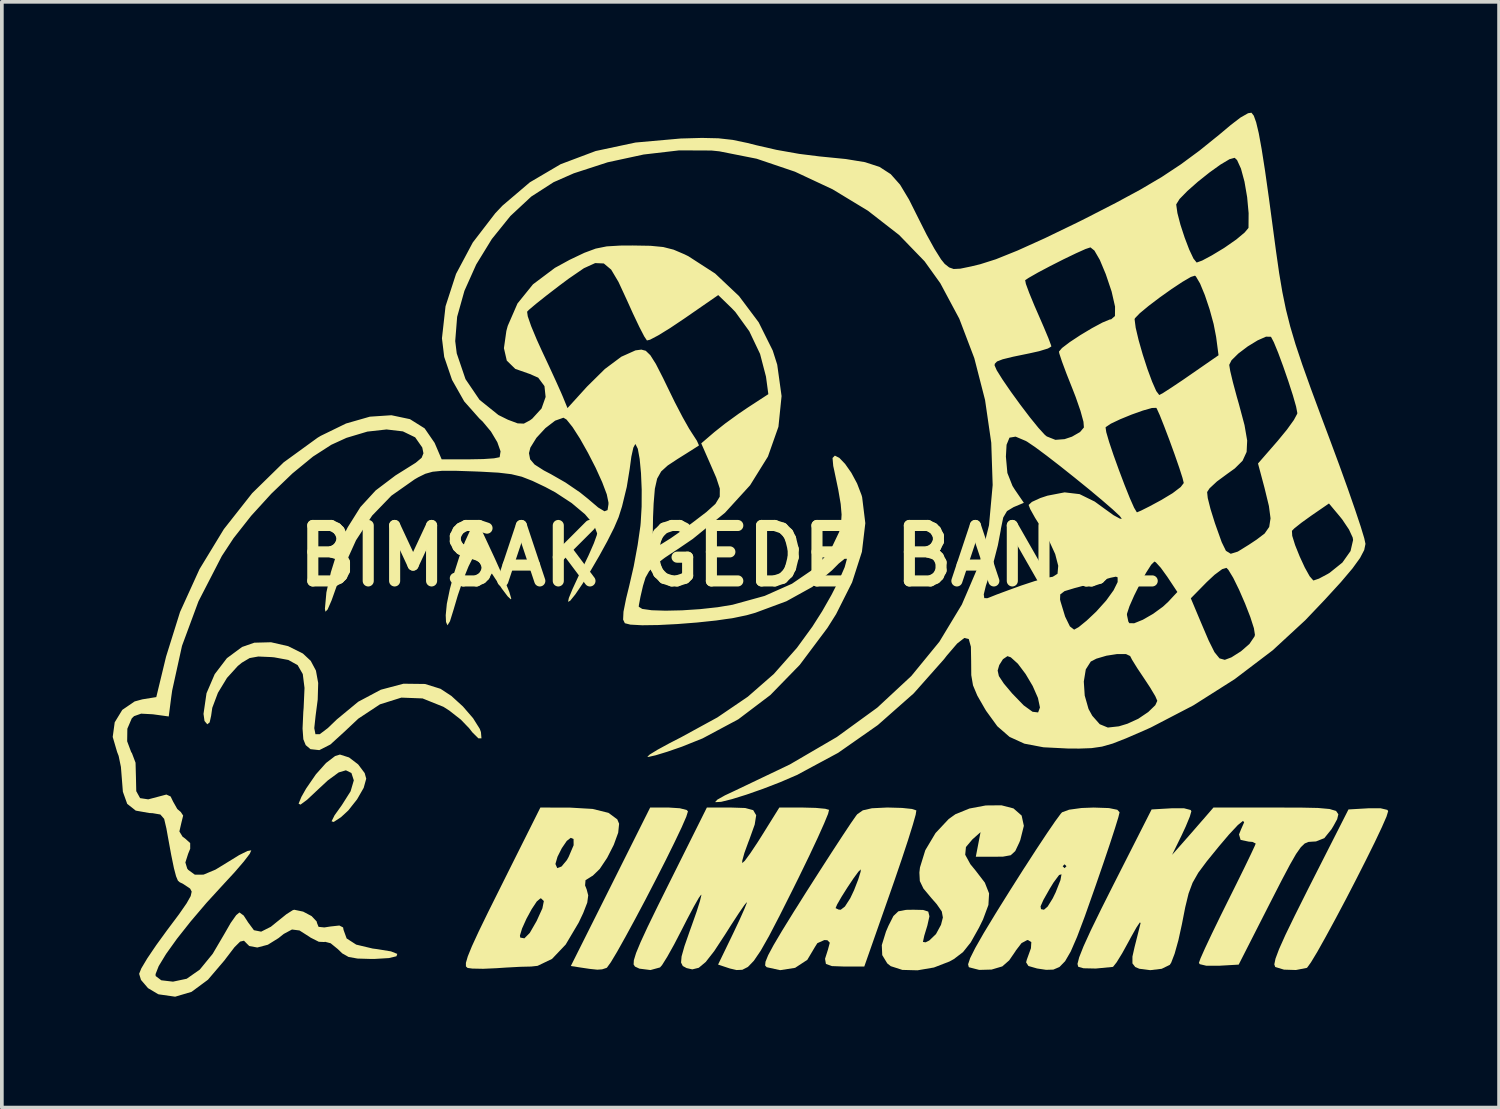
<source format=kicad_pcb>
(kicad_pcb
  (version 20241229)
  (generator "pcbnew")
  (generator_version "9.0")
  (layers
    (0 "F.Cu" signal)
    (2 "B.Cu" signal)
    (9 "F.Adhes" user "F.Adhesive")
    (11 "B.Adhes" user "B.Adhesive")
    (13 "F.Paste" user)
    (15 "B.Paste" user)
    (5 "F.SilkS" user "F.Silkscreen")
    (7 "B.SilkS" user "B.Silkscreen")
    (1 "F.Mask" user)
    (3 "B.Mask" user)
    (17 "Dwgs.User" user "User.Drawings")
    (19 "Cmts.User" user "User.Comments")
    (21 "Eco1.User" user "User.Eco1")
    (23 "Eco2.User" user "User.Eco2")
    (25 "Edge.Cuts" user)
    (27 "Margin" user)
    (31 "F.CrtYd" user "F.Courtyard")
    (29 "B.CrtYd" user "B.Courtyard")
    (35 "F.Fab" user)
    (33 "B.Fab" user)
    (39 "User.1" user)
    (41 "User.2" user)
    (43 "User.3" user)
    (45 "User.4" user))
  (footprint "BIMSAK GEDE BANGET"
    (layer "F.Cu")
    (at 17.307 11.991)
    (property "Reference" "BIMSAK GEDE BANGET" (at 0 0 0) (layer "F.SilkS") (effects (font (size 1.5 1.5) (thickness 0.3))))
    (attr board_only exclude_from_pos_files exclude_from_bom)
    (fp_poly (pts (xy -1.961 6.83) (xy -1.776 6.877) (xy -1.741 6.914) (xy -1.787 7.06) (xy -1.913 7.349) (xy -2.104 7.75) (xy -2.341 8.231) (xy -2.61 8.759) (xy -2.892 9.304) (xy -3.172 9.831) (xy -3.433 10.311) (xy -3.657 10.711) (xy -3.829 10.998) (xy -3.932 11.141) (xy -3.945 11.15) (xy -4.065 11.189) (xy -4.194 11.198) (xy -4.403 11.176) (xy -4.632 11.142) (xy -4.911 11.099) (xy -3.837 8.955) (xy -2.764 6.811) (xy -2.253 6.811)) (stroke (width 0) (type solid)) (fill yes) (layer "F.SilkS"))
    (fp_poly (pts (xy 17.003 6.831) (xy 17.184 6.874) (xy 17.206 6.909) (xy 17.161 7.056) (xy 17.034 7.346) (xy 16.844 7.748) (xy 16.606 8.229) (xy 16.338 8.758) (xy 16.056 9.303) (xy 15.776 9.831) (xy 15.515 10.311) (xy 15.291 10.711) (xy 15.118 10.998) (xy 15.015 11.141) (xy 15.002 11.15) (xy 14.71 11.207) (xy 14.387 11.197) (xy 14.15 11.125) (xy 14.125 11.055) (xy 14.157 10.9) (xy 14.254 10.641) (xy 14.425 10.259) (xy 14.678 9.737) (xy 15.019 9.055) (xy 15.072 8.95) (xy 16.132 6.862) (xy 16.669 6.831)) (stroke (width 0) (type solid)) (fill yes) (layer "F.SilkS"))
    (fp_poly (pts (xy -10.912 5.455) (xy -10.665 5.644) (xy -10.489 5.878) (xy -10.447 6.03) (xy -10.516 6.278) (xy -10.694 6.588) (xy -10.933 6.89) (xy -11.129 7.071) (xy -11.328 7.201) (xy -11.385 7.183) (xy -11.303 7.019) (xy -11.107 6.745) (xy -10.87 6.371) (xy -10.783 6.075) (xy -10.848 5.876) (xy -10.997 5.803) (xy -11.191 5.86) (xy -11.487 6.077) (xy -11.739 6.311) (xy -12.047 6.6) (xy -12.226 6.732) (xy -12.277 6.706) (xy -12.202 6.523) (xy -12.075 6.299) (xy -11.809 5.912) (xy -11.535 5.605) (xy -11.289 5.417) (xy -11.158 5.377)) (stroke (width 0) (type solid)) (fill yes) (layer "F.SilkS"))
    (fp_poly (pts (xy -7.386 -0.789) (xy -7.298 -0.64) (xy -6.964 0.077) (xy -6.723 0.615) (xy -6.576 0.975) (xy -6.523 1.156) (xy -6.532 1.178) (xy -6.619 1.097) (xy -6.778 0.886) (xy -6.976 0.587) (xy -6.991 0.563) (xy -7.193 0.26) (xy -7.363 0.04) (xy -7.466 -0.051) (xy -7.47 -0.051) (xy -7.556 0.04) (xy -7.679 0.286) (xy -7.823 0.642) (xy -7.968 1.065) (xy -8.085 1.461) (xy -8.181 1.77) (xy -8.249 1.88) (xy -8.288 1.79) (xy -8.296 1.606) (xy -8.266 1.297) (xy -8.184 0.9) (xy -8.066 0.458) (xy -7.926 0.018) (xy -7.779 -0.377) (xy -7.64 -0.681) (xy -7.523 -0.85) (xy -7.481 -0.871)) (stroke (width 0) (type solid)) (fill yes) (layer "F.SilkS"))
    (fp_poly (pts (xy 4.053 6.821) (xy 4.32 6.849) (xy 4.439 6.888) (xy 4.439 6.888) (xy 4.421 7.003) (xy 4.342 7.282) (xy 4.213 7.695) (xy 4.042 8.213) (xy 3.839 8.807) (xy 3.758 9.039) (xy 3.03 11.113) (xy 2.488 11.113) (xy 2.154 11.101) (xy 1.992 11.042) (xy 1.968 10.904) (xy 2.046 10.658) (xy 2.097 10.468) (xy 2.032 10.401) (xy 1.95 10.396) (xy 1.76 10.481) (xy 1.696 10.582) (xy 1.488 10.932) (xy 1.158 11.148) (xy 0.753 11.211) (xy 0.389 11.131) (xy 0.347 11.084) (xy 0.357 10.983) (xy 0.429 10.806) (xy 0.575 10.534) (xy 0.804 10.147) (xy 1.127 9.624) (xy 1.186 9.532) (xy 2.253 9.532) (xy 2.336 9.572) (xy 2.393 9.576) (xy 2.506 9.489) (xy 2.651 9.264) (xy 2.753 9.048) (xy 2.867 8.754) (xy 2.931 8.547) (xy 2.936 8.484) (xy 2.872 8.545) (xy 2.739 8.726) (xy 2.575 8.971) (xy 2.415 9.225) (xy 2.296 9.432) (xy 2.253 9.532) (xy 1.186 9.532) (xy 1.448 9.115) (xy 1.814 8.542) (xy 2.151 8.019) (xy 2.441 7.575) (xy 2.666 7.236) (xy 2.809 7.031) (xy 2.842 6.99) (xy 2.991 6.886) (xy 3.237 6.83) (xy 3.63 6.811) (xy 3.697 6.811)) (stroke (width 0) (type solid)) (fill yes) (layer "F.SilkS"))
    (fp_poly (pts (xy 7.066 6.834) (xy 7.067 6.834) (xy 7.288 7.028) (xy 7.348 7.306) (xy 7.251 7.693) (xy 7.223 7.761) (xy 7.115 7.989) (xy 6.993 8.101) (xy 6.786 8.139) (xy 6.556 8.142) (xy 6.048 8.142) (xy 6.112 7.809) (xy 6.176 7.477) (xy 5.956 7.672) (xy 5.781 7.879) (xy 5.761 8.088) (xy 5.901 8.344) (xy 6.041 8.515) (xy 6.292 8.842) (xy 6.407 9.134) (xy 6.389 9.447) (xy 6.243 9.84) (xy 6.133 10.064) (xy 5.91 10.461) (xy 5.701 10.723) (xy 5.454 10.911) (xy 5.335 10.977) (xy 4.915 11.139) (xy 4.47 11.215) (xy 4.06 11.204) (xy 3.746 11.103) (xy 3.652 11.028) (xy 3.516 10.804) (xy 3.504 10.533) (xy 3.617 10.167) (xy 3.684 10.011) (xy 3.818 9.746) (xy 3.951 9.619) (xy 4.163 9.579) (xy 4.36 9.576) (xy 4.622 9.582) (xy 4.761 9.626) (xy 4.793 9.753) (xy 4.737 10.003) (xy 4.653 10.279) (xy 4.617 10.447) (xy 4.689 10.458) (xy 4.788 10.409) (xy 4.97 10.235) (xy 5.106 9.984) (xy 5.157 9.786) (xy 5.127 9.623) (xy 4.991 9.426) (xy 4.848 9.263) (xy 4.631 9.003) (xy 4.533 8.8) (xy 4.521 8.571) (xy 4.537 8.431) (xy 4.681 7.965) (xy 4.958 7.501) (xy 5.315 7.12) (xy 5.497 6.991) (xy 5.876 6.837) (xy 6.318 6.754) (xy 6.742 6.75)) (stroke (width 0) (type solid)) (fill yes) (layer "F.SilkS"))
    (fp_poly (pts (xy -12.56 2.444) (xy -12.161 2.643) (xy -11.949 2.841) (xy -11.808 3.105) (xy -11.747 3.44) (xy -11.76 3.89) (xy -11.817 4.327) (xy -11.853 4.662) (xy -11.821 4.827) (xy -11.705 4.826) (xy -11.488 4.662) (xy -11.241 4.425) (xy -10.664 3.948) (xy -10.053 3.623) (xy -9.44 3.46) (xy -8.855 3.467) (xy -8.436 3.598) (xy -8.144 3.79) (xy -7.831 4.075) (xy -7.556 4.393) (xy -7.374 4.683) (xy -7.343 4.769) (xy -7.329 4.937) (xy -7.412 4.938) (xy -7.576 4.775) (xy -7.662 4.665) (xy -7.886 4.432) (xy -8.2 4.186) (xy -8.358 4.085) (xy -8.923 3.858) (xy -9.496 3.836) (xy -10.075 4.018) (xy -10.661 4.405) (xy -11.048 4.769) (xy -11.417 5.105) (xy -11.716 5.257) (xy -11.956 5.231) (xy -12.085 5.121) (xy -12.149 4.963) (xy -12.17 4.674) (xy -12.15 4.223) (xy -12.141 4.118) (xy -12.117 3.575) (xy -12.164 3.199) (xy -12.303 2.957) (xy -12.554 2.817) (xy -12.938 2.746) (xy -13.021 2.739) (xy -13.368 2.724) (xy -13.602 2.766) (xy -13.811 2.89) (xy -13.923 2.981) (xy -14.215 3.303) (xy -14.46 3.706) (xy -14.613 4.112) (xy -14.644 4.327) (xy -14.684 4.507) (xy -14.748 4.558) (xy -14.823 4.469) (xy -14.85 4.276) (xy -14.769 3.718) (xy -14.547 3.201) (xy -14.217 2.769) (xy -13.808 2.466) (xy -13.475 2.35) (xy -13.023 2.338)) (stroke (width 0) (type solid)) (fill yes) (layer "F.SilkS"))
    (fp_poly (pts (xy -4.941 6.812) (xy -4.322 6.848) (xy -3.893 6.954) (xy -3.654 7.13) (xy -3.604 7.249) (xy -3.629 7.491) (xy -3.749 7.821) (xy -3.928 8.172) (xy -4.129 8.473) (xy -4.317 8.655) (xy -4.339 8.667) (xy -4.513 8.776) (xy -4.525 8.919) (xy -4.483 9.023) (xy -4.44 9.186) (xy -4.466 9.383) (xy -4.576 9.667) (xy -4.699 9.926) (xy -5.05 10.518) (xy -5.42 10.907) (xy -5.81 11.094) (xy -5.984 11.113) (xy -6.278 11.12) (xy -6.669 11.141) (xy -6.924 11.158) (xy -7.282 11.174) (xy -7.576 11.168) (xy -7.704 11.151) (xy -7.749 11.11) (xy -7.75 11.013) (xy -7.699 10.838) (xy -7.588 10.565) (xy -7.454 10.274) (xy -6.288 10.274) (xy -6.28 10.329) (xy -6.167 10.35) (xy -6.021 10.202) (xy -5.836 9.881) (xy -5.68 9.538) (xy -5.641 9.341) (xy -5.715 9.27) (xy -5.734 9.269) (xy -5.832 9.352) (xy -5.969 9.558) (xy -6.113 9.823) (xy -6.23 10.083) (xy -6.288 10.274) (xy -7.454 10.274) (xy -7.407 10.172) (xy -7.148 9.639) (xy -6.807 8.955) (xy -6.501 8.342) (xy -5.326 8.342) (xy -5.278 8.45) (xy -5.162 8.406) (xy -5.018 8.233) (xy -4.97 8.147) (xy -4.835 7.83) (xy -4.837 7.662) (xy -4.913 7.63) (xy -5.02 7.713) (xy -5.154 7.909) (xy -5.271 8.142) (xy -5.326 8.332) (xy -5.326 8.342) (xy -6.501 8.342) (xy -5.735 6.811)) (stroke (width 0) (type solid)) (fill yes) (layer "F.SilkS"))
    (fp_poly (pts (xy 9.65 6.825) (xy 9.877 6.871) (xy 9.938 6.939) (xy 9.906 7.071) (xy 9.816 7.364) (xy 9.678 7.789) (xy 9.501 8.314) (xy 9.296 8.908) (xy 9.246 9.051) (xy 8.993 9.767) (xy 8.788 10.311) (xy 8.617 10.705) (xy 8.464 10.969) (xy 8.312 11.125) (xy 8.146 11.196) (xy 7.95 11.202) (xy 7.709 11.166) (xy 7.7 11.164) (xy 7.471 11.098) (xy 7.409 10.999) (xy 7.428 10.927) (xy 7.54 10.617) (xy 7.55 10.451) (xy 7.459 10.396) (xy 7.44 10.396) (xy 7.285 10.479) (xy 7.13 10.681) (xy 7.12 10.7) (xy 6.951 10.946) (xy 6.765 11.109) (xy 6.475 11.195) (xy 6.14 11.204) (xy 5.872 11.135) (xy 5.857 11.126) (xy 5.839 11.052) (xy 5.895 10.885) (xy 6.033 10.61) (xy 6.261 10.21) (xy 6.588 9.671) (xy 6.704 9.484) (xy 7.8 9.484) (xy 7.812 9.56) (xy 7.892 9.576) (xy 7.992 9.49) (xy 8.128 9.271) (xy 8.208 9.107) (xy 8.338 8.776) (xy 8.367 8.617) (xy 8.302 8.636) (xy 8.152 8.838) (xy 8.052 9.001) (xy 7.877 9.31) (xy 7.8 9.484) (xy 6.704 9.484) (xy 6.973 9.054) (xy 7.339 8.477) (xy 7.391 8.398) (xy 8.398 8.398) (xy 8.45 8.45) (xy 8.501 8.398) (xy 8.45 8.347) (xy 8.398 8.398) (xy 7.391 8.398) (xy 7.677 7.955) (xy 7.969 7.514) (xy 8.197 7.181) (xy 8.344 6.981) (xy 8.382 6.939) (xy 8.573 6.869) (xy 8.908 6.823) (xy 9.237 6.811)) (stroke (width 0) (type solid)) (fill yes) (layer "F.SilkS"))
    (fp_poly (pts (xy -0.193 6.823) (xy 0.024 6.881) (xy 0.105 7.019) (xy 0.065 7.271) (xy -0.078 7.671) (xy -0.106 7.742) (xy -0.214 8.039) (xy -0.272 8.249) (xy -0.273 8.313) (xy -0.204 8.252) (xy -0.056 8.051) (xy 0.145 7.749) (xy 0.25 7.583) (xy 0.731 6.811) (xy 1.373 6.811) (xy 1.717 6.82) (xy 1.974 6.844) (xy 2.077 6.873) (xy 2.051 6.979) (xy 1.944 7.24) (xy 1.769 7.631) (xy 1.537 8.125) (xy 1.26 8.695) (xy 1.095 9.028) (xy 0.738 9.739) (xy 0.454 10.285) (xy 0.227 10.685) (xy 0.041 10.958) (xy -0.119 11.124) (xy -0.27 11.201) (xy -0.427 11.208) (xy -0.606 11.166) (xy -0.664 11.147) (xy -0.926 11.06) (xy -0.518 10.216) (xy -0.344 9.847) (xy -0.216 9.56) (xy -0.151 9.396) (xy -0.149 9.371) (xy -0.216 9.452) (xy -0.366 9.671) (xy -0.574 9.99) (xy -0.734 10.243) (xy -1.031 10.696) (xy -1.261 10.99) (xy -1.449 11.147) (xy -1.624 11.19) (xy -1.778 11.155) (xy -1.881 11.099) (xy -1.928 11.005) (xy -1.914 10.839) (xy -1.836 10.562) (xy -1.689 10.141) (xy -1.64 10.005) (xy -1.508 9.631) (xy -1.417 9.343) (xy -1.379 9.184) (xy -1.383 9.167) (xy -1.446 9.252) (xy -1.578 9.483) (xy -1.758 9.822) (xy -1.907 10.114) (xy -2.116 10.517) (xy -2.302 10.85) (xy -2.441 11.072) (xy -2.497 11.137) (xy -2.755 11.208) (xy -3.055 11.17) (xy -3.175 11.114) (xy -3.212 11.057) (xy -3.205 10.942) (xy -3.145 10.747) (xy -3.023 10.453) (xy -2.831 10.037) (xy -2.559 9.478) (xy -2.279 8.914) (xy -1.23 6.811) (xy -0.564 6.811)) (stroke (width 0) (type solid)) (fill yes) (layer "F.SilkS"))
    (fp_poly (pts (xy 14.833 6.812) (xy 15.306 6.822) (xy 15.62 6.85) (xy 15.797 6.904) (xy 15.858 6.993) (xy 15.826 7.126) (xy 15.724 7.312) (xy 15.671 7.4) (xy 15.478 7.639) (xy 15.253 7.728) (xy 15.162 7.733) (xy 15.049 7.741) (xy 14.948 7.783) (xy 14.843 7.884) (xy 14.714 8.067) (xy 14.547 8.359) (xy 14.323 8.782) (xy 14.025 9.364) (xy 14.008 9.397) (xy 13.161 11.061) (xy 12.623 11.092) (xy 12.288 11.092) (xy 12.108 11.049) (xy 12.085 11.014) (xy 12.129 10.89) (xy 12.251 10.616) (xy 12.435 10.226) (xy 12.666 9.75) (xy 12.854 9.371) (xy 13.108 8.86) (xy 13.327 8.415) (xy 13.495 8.066) (xy 13.597 7.847) (xy 13.622 7.785) (xy 13.536 7.741) (xy 13.434 7.733) (xy 13.213 7.686) (xy 13.17 7.539) (xy 13.224 7.403) (xy 13.309 7.21) (xy 13.278 7.172) (xy 13.138 7.285) (xy 12.898 7.542) (xy 12.629 7.859) (xy 12.297 8.267) (xy 12.067 8.576) (xy 11.913 8.847) (xy 11.805 9.138) (xy 11.715 9.508) (xy 11.625 9.967) (xy 11.53 10.4) (xy 11.428 10.765) (xy 11.335 11.008) (xy 11.296 11.068) (xy 11.078 11.174) (xy 10.768 11.211) (xy 10.472 11.173) (xy 10.362 11.126) (xy 10.286 11.028) (xy 10.286 10.844) (xy 10.343 10.589) (xy 10.425 10.265) (xy 10.492 9.996) (xy 10.507 9.935) (xy 10.487 9.919) (xy 10.394 10.057) (xy 10.245 10.322) (xy 10.192 10.421) (xy 10.01 10.752) (xy 9.857 11) (xy 9.763 11.119) (xy 9.754 11.123) (xy 9.295 11.167) (xy 8.962 11.16) (xy 8.819 11.119) (xy 8.799 11.042) (xy 8.845 10.863) (xy 8.963 10.565) (xy 9.16 10.133) (xy 9.444 9.551) (xy 9.746 8.95) (xy 10.805 6.862) (xy 11.343 6.831) (xy 11.684 6.831) (xy 11.861 6.877) (xy 11.881 6.911) (xy 11.838 7.058) (xy 11.729 7.322) (xy 11.62 7.557) (xy 11.359 8.091) (xy 11.63 7.784) (xy 11.886 7.493) (xy 12.156 7.182) (xy 12.19 7.144) (xy 12.478 6.811) (xy 14.176 6.811)) (stroke (width 0) (type solid)) (fill yes) (layer "F.SilkS"))
    (fp_poly (pts (xy 13.57 -11.91) (xy 13.634 -11.731) (xy 13.704 -11.438) (xy 13.782 -11.01) (xy 13.873 -10.43) (xy 13.979 -9.68) (xy 14.076 -8.957) (xy 14.171 -8.247) (xy 14.256 -7.652) (xy 14.343 -7.138) (xy 14.439 -6.669) (xy 14.555 -6.209) (xy 14.699 -5.723) (xy 14.882 -5.175) (xy 15.112 -4.531) (xy 15.4 -3.753) (xy 15.624 -3.156) (xy 15.882 -2.46) (xy 16.114 -1.816) (xy 16.31 -1.252) (xy 16.462 -0.796) (xy 16.559 -0.477) (xy 16.592 -0.324) (xy 16.558 -0.158) (xy 16.445 0.058) (xy 16.24 0.341) (xy 15.927 0.711) (xy 15.493 1.185) (xy 14.964 1.741) (xy 14.081 2.556) (xy 13.051 3.338) (xy 11.933 4.047) (xy 10.785 4.644) (xy 10.6 4.727) (xy 10.113 4.938) (xy 9.753 5.079) (xy 9.462 5.162) (xy 9.18 5.203) (xy 8.849 5.215) (xy 8.551 5.214) (xy 7.878 5.18) (xy 7.362 5.082) (xy 6.961 4.899) (xy 6.63 4.611) (xy 6.329 4.197) (xy 6.296 4.143) (xy 6.088 3.781) (xy 5.972 3.504) (xy 5.925 3.228) (xy 5.924 3.104) (xy 6.639 3.104) (xy 6.672 3.253) (xy 6.805 3.454) (xy 7.032 3.724) (xy 7.344 4.046) (xy 7.583 4.219) (xy 7.734 4.237) (xy 7.784 4.103) (xy 7.729 3.844) (xy 7.588 3.523) (xy 7.516 3.401) (xy 8.97 3.401) (xy 8.995 3.781) (xy 9.098 4.143) (xy 9.199 4.327) (xy 9.402 4.556) (xy 9.621 4.646) (xy 9.919 4.613) (xy 10.15 4.543) (xy 10.443 4.409) (xy 10.714 4.226) (xy 10.905 4.041) (xy 10.959 3.923) (xy 10.905 3.798) (xy 10.764 3.562) (xy 10.61 3.328) (xy 10.416 3.038) (xy 10.275 2.81) (xy 10.224 2.711) (xy 10.11 2.657) (xy 9.873 2.657) (xy 9.583 2.702) (xy 9.311 2.782) (xy 9.159 2.86) (xy 9.024 3.072) (xy 8.97 3.401) (xy 7.516 3.401) (xy 7.395 3.197) (xy 7.186 2.919) (xy 6.995 2.746) (xy 6.904 2.714) (xy 6.782 2.797) (xy 6.682 2.956) (xy 6.639 3.104) (xy 5.924 3.104) (xy 5.922 2.87) (xy 5.922 2.851) (xy 5.915 2.46) (xy 5.857 2.251) (xy 5.737 2.222) (xy 5.542 2.374) (xy 5.26 2.703) (xy 5.189 2.795) (xy 4.368 3.721) (xy 3.396 4.579) (xy 2.323 5.33) (xy 1.202 5.933) (xy 1.198 5.934) (xy 0.759 6.123) (xy 0.293 6.303) (xy -0.157 6.461) (xy -0.549 6.583) (xy -0.843 6.656) (xy -0.996 6.665) (xy -1.004 6.66) (xy -0.946 6.597) (xy -0.742 6.482) (xy -0.451 6.345) (xy 1.015 5.645) (xy 2.288 4.902) (xy 3.381 4.108) (xy 4.302 3.252) (xy 5.062 2.324) (xy 5.671 1.316) (xy 5.729 1.18) (xy 8.327 1.18) (xy 8.339 1.231) (xy 8.465 1.645) (xy 8.594 1.909) (xy 8.708 1.997) (xy 8.831 1.929) (xy 9.048 1.752) (xy 9.214 1.596) (xy 10.137 1.596) (xy 10.175 1.778) (xy 10.203 1.822) (xy 10.334 1.824) (xy 10.568 1.729) (xy 10.846 1.569) (xy 11.112 1.375) (xy 11.256 1.242) (xy 11.342 1.149) (xy 11.866 1.149) (xy 12.141 1.804) (xy 12.348 2.289) (xy 12.506 2.606) (xy 12.642 2.774) (xy 12.785 2.814) (xy 12.964 2.747) (xy 13.207 2.593) (xy 13.223 2.583) (xy 13.452 2.384) (xy 13.589 2.182) (xy 13.601 2.138) (xy 13.573 1.958) (xy 13.476 1.656) (xy 13.334 1.291) (xy 13.172 0.918) (xy 13.013 0.594) (xy 12.882 0.378) (xy 12.831 0.325) (xy 12.714 0.36) (xy 12.508 0.513) (xy 12.3 0.707) (xy 11.866 1.149) (xy 11.342 1.149) (xy 11.502 0.978) (xy 11.229 0.566) (xy 11.055 0.325) (xy 10.921 0.177) (xy 10.881 0.154) (xy 10.794 0.24) (xy 10.655 0.458) (xy 10.492 0.755) (xy 10.333 1.074) (xy 10.206 1.362) (xy 10.14 1.562) (xy 10.137 1.596) (xy 9.214 1.596) (xy 9.307 1.508) (xy 9.576 1.209) (xy 9.776 0.931) (xy 9.886 0.709) (xy 9.885 0.581) (xy 9.838 0.563) (xy 9.693 0.593) (xy 9.463 0.661) (xy 9.17 0.75) (xy 8.811 0.849) (xy 8.722 0.872) (xy 8.449 0.955) (xy 8.333 1.043) (xy 8.327 1.18) (xy 5.729 1.18) (xy 5.789 1.042) (xy 6.263 1.042) (xy 6.277 1.144) (xy 6.361 1.146) (xy 6.427 1.121) (xy 6.612 1.047) (xy 6.922 0.932) (xy 7.272 0.805) (xy 7.638 0.684) (xy 7.948 0.598) (xy 8.13 0.566) (xy 8.259 0.485) (xy 8.278 0.269) (xy 8.196 -0.048) (xy 8.019 -0.434) (xy 7.839 -0.731) (xy 7.651 -1.03) (xy 7.52 -1.265) (xy 7.477 -1.377) (xy 7.566 -1.46) (xy 7.795 -1.565) (xy 7.986 -1.628) (xy 8.451 -1.718) (xy 8.856 -1.67) (xy 9.265 -1.469) (xy 9.533 -1.274) (xy 9.775 -1.1) (xy 9.949 -1.006) (xy 9.999 -1.003) (xy 9.942 -1.08) (xy 9.754 -1.255) (xy 9.466 -1.504) (xy 9.112 -1.8) (xy 8.721 -2.117) (xy 8.328 -2.43) (xy 7.962 -2.713) (xy 7.655 -2.941) (xy 7.441 -3.086) (xy 7.401 -3.109) (xy 7.125 -3.226) (xy 6.959 -3.198) (xy 6.88 -3.006) (xy 6.862 -2.686) (xy 6.902 -2.243) (xy 7.04 -1.893) (xy 7.105 -1.79) (xy 7.348 -1.435) (xy 7.069 -1.318) (xy 6.892 -1.211) (xy 6.79 -1.038) (xy 6.727 -0.733) (xy 6.721 -0.686) (xy 6.645 -0.286) (xy 6.527 0.172) (xy 6.45 0.416) (xy 6.32 0.809) (xy 6.263 1.042) (xy 5.789 1.042) (xy 6.141 0.218) (xy 6.16 0.162) (xy 6.405 -0.829) (xy 6.504 -1.917) (xy 6.466 -3.06) (xy 6.298 -4.218) (xy 6.057 -5.156) (xy 6.555 -5.156) (xy 6.614 -5.021) (xy 6.771 -4.77) (xy 6.994 -4.445) (xy 7.251 -4.091) (xy 7.511 -3.749) (xy 7.743 -3.463) (xy 7.915 -3.275) (xy 7.969 -3.231) (xy 8.201 -3.139) (xy 8.45 -3.158) (xy 8.65 -3.225) (xy 8.868 -3.35) (xy 8.973 -3.474) (xy 8.973 -3.474) (xy 9.559 -3.474) (xy 9.578 -3.347) (xy 9.655 -3.082) (xy 9.775 -2.725) (xy 9.92 -2.323) (xy 10.072 -1.921) (xy 10.214 -1.566) (xy 10.33 -1.304) (xy 10.403 -1.182) (xy 10.41 -1.178) (xy 10.519 -1.224) (xy 10.756 -1.343) (xy 11.067 -1.511) (xy 11.374 -1.696) (xy 11.413 -1.726) (xy 12.307 -1.726) (xy 12.324 -1.564) (xy 12.399 -1.266) (xy 12.517 -0.888) (xy 12.559 -0.769) (xy 12.702 -0.369) (xy 12.816 -0.136) (xy 12.946 -0.056) (xy 13.137 -0.115) (xy 13.436 -0.3) (xy 13.647 -0.44) (xy 13.864 -0.605) (xy 13.914 -0.677) (xy 14.602 -0.677) (xy 14.61 -0.542) (xy 14.688 -0.291) (xy 14.811 0.015) (xy 14.95 0.316) (xy 15.082 0.553) (xy 15.179 0.664) (xy 15.188 0.666) (xy 15.334 0.616) (xy 15.567 0.492) (xy 15.622 0.459) (xy 15.967 0.182) (xy 16.188 -0.13) (xy 16.257 -0.429) (xy 16.246 -0.496) (xy 16.146 -0.712) (xy 15.965 -0.982) (xy 15.897 -1.067) (xy 15.604 -1.417) (xy 15.13 -1.091) (xy 14.86 -0.897) (xy 14.664 -0.741) (xy 14.602 -0.677) (xy 13.914 -0.677) (xy 13.987 -0.782) (xy 14.023 -1.015) (xy 13.979 -1.349) (xy 13.862 -1.831) (xy 13.858 -1.847) (xy 13.684 -2.499) (xy 14.216 -3.11) (xy 14.468 -3.417) (xy 14.655 -3.677) (xy 14.745 -3.845) (xy 14.748 -3.865) (xy 14.715 -4.039) (xy 14.628 -4.343) (xy 14.505 -4.724) (xy 14.366 -5.126) (xy 14.229 -5.497) (xy 14.112 -5.781) (xy 14.036 -5.926) (xy 14.033 -5.928) (xy 13.901 -5.931) (xy 13.674 -5.831) (xy 13.406 -5.667) (xy 13.152 -5.475) (xy 12.967 -5.292) (xy 12.905 -5.168) (xy 12.932 -5.003) (xy 13.005 -4.697) (xy 13.111 -4.302) (xy 13.167 -4.107) (xy 13.319 -3.538) (xy 13.391 -3.12) (xy 13.376 -2.812) (xy 13.266 -2.573) (xy 13.056 -2.365) (xy 12.854 -2.22) (xy 12.573 -2.013) (xy 12.373 -1.827) (xy 12.307 -1.726) (xy 11.413 -1.726) (xy 11.592 -1.862) (xy 11.675 -1.971) (xy 11.641 -2.109) (xy 11.553 -2.384) (xy 11.428 -2.744) (xy 11.286 -3.135) (xy 11.145 -3.506) (xy 11.026 -3.806) (xy 10.946 -3.982) (xy 10.931 -4.005) (xy 10.813 -4.001) (xy 10.57 -3.932) (xy 10.264 -3.823) (xy 9.954 -3.696) (xy 9.701 -3.576) (xy 9.566 -3.485) (xy 9.559 -3.474) (xy 8.973 -3.474) (xy 8.961 -3.628) (xy 8.881 -3.921) (xy 8.749 -4.301) (xy 8.663 -4.522) (xy 8.504 -4.923) (xy 8.38 -5.256) (xy 8.308 -5.474) (xy 8.298 -5.527) (xy 8.381 -5.625) (xy 8.592 -5.785) (xy 8.88 -5.975) (xy 9.191 -6.161) (xy 9.472 -6.312) (xy 9.671 -6.395) (xy 9.711 -6.401) (xy 9.716 -6.405) (xy 10.344 -6.405) (xy 10.374 -6.173) (xy 10.453 -5.839) (xy 10.564 -5.45) (xy 10.691 -5.058) (xy 10.819 -4.712) (xy 10.93 -4.46) (xy 11.01 -4.354) (xy 11.015 -4.353) (xy 11.115 -4.407) (xy 11.343 -4.554) (xy 11.658 -4.765) (xy 11.84 -4.891) (xy 12.616 -5.428) (xy 12.551 -5.923) (xy 12.483 -6.274) (xy 12.375 -6.669) (xy 12.246 -7.054) (xy 12.116 -7.369) (xy 12.005 -7.558) (xy 11.979 -7.582) (xy 11.867 -7.547) (xy 11.641 -7.415) (xy 11.345 -7.219) (xy 11.024 -6.991) (xy 10.722 -6.762) (xy 10.485 -6.565) (xy 10.356 -6.432) (xy 10.344 -6.405) (xy 9.716 -6.405) (xy 9.813 -6.489) (xy 9.816 -6.743) (xy 9.723 -7.152) (xy 9.564 -7.624) (xy 9.403 -8.009) (xy 9.257 -8.261) (xy 9.15 -8.347) (xy 9.017 -8.303) (xy 8.757 -8.186) (xy 8.421 -8.024) (xy 8.062 -7.842) (xy 7.731 -7.667) (xy 7.481 -7.524) (xy 7.383 -7.46) (xy 7.403 -7.358) (xy 7.493 -7.114) (xy 7.634 -6.771) (xy 7.717 -6.581) (xy 7.883 -6.199) (xy 8.012 -5.891) (xy 8.083 -5.701) (xy 8.092 -5.666) (xy 8 -5.611) (xy 7.762 -5.538) (xy 7.502 -5.48) (xy 7.056 -5.388) (xy 6.775 -5.319) (xy 6.622 -5.26) (xy 6.562 -5.198) (xy 6.555 -5.156) (xy 6.057 -5.156) (xy 6.007 -5.35) (xy 5.601 -6.417) (xy 5.087 -7.377) (xy 4.662 -7.97) (xy 3.973 -8.682) (xy 3.128 -9.339) (xy 2.173 -9.918) (xy 1.154 -10.395) (xy 0.117 -10.746) (xy -0.891 -10.946) (xy -1.105 -10.968) (xy -1.979 -10.972) (xy -2.94 -10.86) (xy -3.915 -10.649) (xy -4.831 -10.351) (xy -5.377 -10.111) (xy -5.981 -9.722) (xy -6.545 -9.197) (xy -7.049 -8.572) (xy -7.471 -7.884) (xy -7.79 -7.171) (xy -7.987 -6.468) (xy -8.039 -5.812) (xy -7.998 -5.479) (xy -7.761 -4.782) (xy -7.381 -4.222) (xy -6.87 -3.811) (xy -6.612 -3.683) (xy -6.35 -3.585) (xy -6.182 -3.578) (xy -6.018 -3.666) (xy -5.955 -3.712) (xy -5.703 -3.988) (xy -5.593 -4.299) (xy -5.624 -4.593) (xy -5.793 -4.821) (xy -6.02 -4.921) (xy -6.414 -5.059) (xy -6.644 -5.284) (xy -6.721 -5.62) (xy -6.655 -6.086) (xy -6.618 -6.223) (xy -6.451 -6.606) (xy -6.094 -6.606) (xy -6.076 -6.481) (xy -5.984 -6.215) (xy -5.833 -5.853) (xy -5.701 -5.562) (xy -5.496 -5.124) (xy -5.312 -4.724) (xy -5.175 -4.418) (xy -5.126 -4.304) (xy -5.001 -3.998) (xy -4.472 -4.58) (xy -3.99 -5.056) (xy -3.545 -5.388) (xy -3.161 -5.56) (xy -3.002 -5.581) (xy -2.883 -5.549) (xy -2.759 -5.429) (xy -2.61 -5.193) (xy -2.414 -4.81) (xy -2.316 -4.607) (xy -2.099 -4.162) (xy -1.887 -3.755) (xy -1.711 -3.443) (xy -1.633 -3.321) (xy -1.499 -3.114) (xy -1.445 -2.993) (xy -1.448 -2.984) (xy -1.548 -2.92) (xy -1.77 -2.779) (xy -2.024 -2.62) (xy -2.289 -2.445) (xy -2.466 -2.284) (xy -2.575 -2.09) (xy -2.637 -1.816) (xy -2.67 -1.417) (xy -2.686 -1.05) (xy -2.693 -0.613) (xy -2.668 -0.357) (xy -2.61 -0.259) (xy -2.594 -0.256) (xy -2.465 -0.315) (xy -2.214 -0.472) (xy -1.883 -0.703) (xy -1.636 -0.885) (xy -1.244 -1.184) (xy -0.998 -1.406) (xy -0.881 -1.601) (xy -0.879 -1.82) (xy -0.975 -2.113) (xy -1.141 -2.495) (xy -1.382 -3.044) (xy -1.024 -3.351) (xy -0.734 -3.581) (xy -0.367 -3.847) (xy -0.116 -4.017) (xy 0.434 -4.375) (xy 0.37 -4.85) (xy 0.21 -5.464) (xy -0.082 -6.078) (xy -0.46 -6.601) (xy -0.559 -6.704) (xy -0.922 -7.056) (xy -1.846 -6.417) (xy -2.225 -6.163) (xy -2.545 -5.966) (xy -2.767 -5.849) (xy -2.851 -5.828) (xy -2.924 -5.937) (xy -3.057 -6.194) (xy -3.23 -6.558) (xy -3.387 -6.906) (xy -3.621 -7.412) (xy -3.819 -7.745) (xy -4.018 -7.912) (xy -4.252 -7.922) (xy -4.557 -7.783) (xy -4.968 -7.501) (xy -5.215 -7.317) (xy -5.568 -7.046) (xy -5.857 -6.816) (xy -6.045 -6.657) (xy -6.094 -6.606) (xy -6.451 -6.606) (xy -6.354 -6.829) (xy -5.935 -7.347) (xy -5.341 -7.793) (xy -4.942 -8.011) (xy -4.545 -8.2) (xy -4.238 -8.314) (xy -3.94 -8.374) (xy -3.573 -8.396) (xy -3.232 -8.398) (xy -2.755 -8.39) (xy -2.412 -8.357) (xy -2.129 -8.285) (xy -1.836 -8.16) (xy -1.729 -8.107) (xy -1.006 -7.64) (xy -0.36 -7.03) (xy 0.172 -6.32) (xy 0.553 -5.555) (xy 0.674 -5.174) (xy 0.792 -4.323) (xy 0.707 -3.493) (xy 0.423 -2.687) (xy -0.06 -1.91) (xy -0.739 -1.166) (xy -1.612 -0.457) (xy -1.96 -0.22) (xy -2.365 0.049) (xy -2.63 0.249) (xy -2.793 0.417) (xy -2.89 0.59) (xy -2.956 0.805) (xy -2.958 0.812) (xy -3.027 1.11) (xy -3.068 1.328) (xy -3.073 1.377) (xy -2.978 1.436) (xy -2.722 1.472) (xy -2.348 1.484) (xy -1.898 1.474) (xy -1.413 1.442) (xy -0.937 1.39) (xy -0.533 1.323) (xy 0.333 1.084) (xy 1.073 0.755) (xy 1.669 0.348) (xy 2.101 -0.124) (xy 2.351 -0.648) (xy 2.355 -0.663) (xy 2.402 -0.885) (xy 2.416 -1.116) (xy 2.392 -1.402) (xy 2.326 -1.788) (xy 2.215 -2.319) (xy 2.19 -2.432) (xy 2.171 -2.648) (xy 2.234 -2.712) (xy 2.355 -2.651) (xy 2.511 -2.488) (xy 2.679 -2.249) (xy 2.835 -1.959) (xy 2.956 -1.644) (xy 2.972 -1.587) (xy 3.058 -0.884) (xy 2.966 -0.109) (xy 2.7 0.718) (xy 2.267 1.578) (xy 2.032 1.951) (xy 1.284 2.95) (xy 0.489 3.766) (xy -0.379 4.423) (xy -1.346 4.94) (xy -1.905 5.164) (xy -2.298 5.3) (xy -2.613 5.396) (xy -2.805 5.44) (xy -2.841 5.438) (xy -2.776 5.376) (xy -2.562 5.245) (xy -2.235 5.067) (xy -1.931 4.911) (xy -0.945 4.372) (xy -0.122 3.812) (xy 0.582 3.197) (xy 1.207 2.49) (xy 1.625 1.916) (xy 1.891 1.498) (xy 2.141 1.059) (xy 2.352 0.646) (xy 2.5 0.306) (xy 2.559 0.087) (xy 2.559 0.079) (xy 2.499 0.079) (xy 2.341 0.206) (xy 2.155 0.393) (xy 1.624 0.841) (xy 0.922 1.229) (xy 0.077 1.542) (xy -0.154 1.607) (xy -0.513 1.682) (xy -0.976 1.749) (xy -1.498 1.804) (xy -2.036 1.846) (xy -2.545 1.872) (xy -2.981 1.878) (xy -3.299 1.861) (xy -3.449 1.823) (xy -3.496 1.725) (xy -3.486 1.512) (xy -3.415 1.156) (xy -3.332 0.818) (xy -3.209 0.284) (xy -3.102 -0.296) (xy -3.028 -0.81) (xy -3.02 -0.896) (xy -2.995 -1.332) (xy -2.993 -1.795) (xy -3.012 -2.24) (xy -3.048 -2.623) (xy -3.098 -2.897) (xy -3.159 -3.019) (xy -3.169 -3.021) (xy -3.219 -2.928) (xy -3.273 -2.684) (xy -3.318 -2.351) (xy -3.397 -1.865) (xy -3.525 -1.339) (xy -3.618 -1.045) (xy -3.741 -0.758) (xy -3.923 -0.397) (xy -4.142 0.002) (xy -4.374 0.4) (xy -4.597 0.76) (xy -4.79 1.044) (xy -4.928 1.215) (xy -4.986 1.244) (xy -4.964 1.139) (xy -4.864 0.896) (xy -4.707 0.557) (xy -4.615 0.371) (xy -4.43 -0.014) (xy -4.287 -0.341) (xy -4.208 -0.56) (xy -4.199 -0.609) (xy -4.287 -0.843) (xy -4.529 -1.127) (xy -4.889 -1.429) (xy -5.332 -1.719) (xy -5.599 -1.862) (xy -5.95 -2.029) (xy -6.237 -2.141) (xy -6.522 -2.21) (xy -6.866 -2.251) (xy -7.332 -2.277) (xy -7.53 -2.285) (xy -8.042 -2.302) (xy -8.399 -2.301) (xy -8.651 -2.276) (xy -8.847 -2.221) (xy -9.037 -2.128) (xy -9.136 -2.071) (xy -9.766 -1.628) (xy -10.287 -1.089) (xy -10.723 -0.422) (xy -11.097 0.403) (xy -11.229 0.768) (xy -11.385 1.206) (xy -11.492 1.452) (xy -11.551 1.511) (xy -11.565 1.434) (xy -11.525 0.989) (xy -11.404 0.443) (xy -11.226 -0.128) (xy -11.012 -0.647) (xy -10.949 -0.771) (xy -10.604 -1.321) (xy -10.192 -1.77) (xy -9.655 -2.176) (xy -9.415 -2.326) (xy -9.109 -2.518) (xy -8.948 -2.653) (xy -8.899 -2.775) (xy -8.929 -2.925) (xy -8.934 -2.937) (xy -9.123 -3.207) (xy -9.455 -3.368) (xy -9.897 -3.42) (xy -10.417 -3.362) (xy -10.982 -3.193) (xy -11.391 -3.006) (xy -11.888 -2.686) (xy -12.444 -2.23) (xy -13.015 -1.682) (xy -13.561 -1.083) (xy -14.037 -0.478) (xy -14.354 0.004) (xy -14.987 1.232) (xy -15.432 2.435) (xy -15.698 3.643) (xy -15.722 3.812) (xy -15.791 4.346) (xy -16.221 4.287) (xy -16.538 4.27) (xy -16.73 4.338) (xy -16.792 4.399) (xy -16.911 4.678) (xy -16.916 5.018) (xy -16.807 5.311) (xy -16.788 5.336) (xy -16.689 5.598) (xy -16.678 6.007) (xy -16.67 6.368) (xy -16.566 6.556) (xy -16.346 6.589) (xy -16.077 6.518) (xy -15.855 6.459) (xy -15.74 6.511) (xy -15.673 6.65) (xy -15.56 6.85) (xy -15.466 6.93) (xy -15.401 7.028) (xy -15.453 7.24) (xy -15.503 7.458) (xy -15.417 7.599) (xy -15.348 7.649) (xy -15.211 7.772) (xy -15.21 7.924) (xy -15.267 8.064) (xy -15.341 8.297) (xy -15.291 8.462) (xy -15.263 8.498) (xy -15.085 8.627) (xy -14.849 8.626) (xy -14.525 8.49) (xy -14.182 8.28) (xy -13.888 8.099) (xy -13.663 7.987) (xy -13.557 7.968) (xy -13.599 8.062) (xy -13.758 8.27) (xy -14.009 8.562) (xy -14.303 8.88) (xy -14.769 9.389) (xy -15.197 9.892) (xy -15.569 10.362) (xy -15.864 10.774) (xy -16.063 11.102) (xy -16.148 11.319) (xy -16.145 11.37) (xy -15.993 11.485) (xy -15.676 11.522) (xy -15.304 11.443) (xy -14.951 11.196) (xy -14.602 10.769) (xy -14.288 10.235) (xy -14.115 9.934) (xy -13.966 9.723) (xy -13.878 9.65) (xy -13.764 9.732) (xy -13.642 9.92) (xy -13.486 10.13) (xy -13.29 10.169) (xy -13.028 10.037) (xy -12.838 9.883) (xy -12.608 9.698) (xy -12.437 9.589) (xy -12.396 9.576) (xy -12.154 9.627) (xy -11.925 9.748) (xy -11.789 9.892) (xy -11.778 9.937) (xy -11.737 10.039) (xy -11.58 10.055) (xy -11.42 10.03) (xy -11.174 10.003) (xy -11.073 10.055) (xy -11.061 10.121) (xy -10.977 10.353) (xy -10.718 10.52) (xy -10.273 10.626) (xy -10.143 10.643) (xy -9.777 10.703) (xy -9.607 10.771) (xy -9.629 10.835) (xy -9.834 10.884) (xy -10.216 10.907) (xy -10.304 10.908) (xy -10.683 10.897) (xy -10.925 10.854) (xy -11.096 10.757) (xy -11.215 10.642) (xy -11.41 10.483) (xy -11.563 10.443) (xy -11.578 10.45) (xy -11.73 10.443) (xy -11.952 10.331) (xy -11.989 10.305) (xy -12.253 10.137) (xy -12.456 10.111) (xy -12.678 10.23) (xy -12.821 10.344) (xy -13.109 10.523) (xy -13.394 10.598) (xy -13.612 10.558) (xy -13.673 10.498) (xy -13.755 10.414) (xy -13.859 10.438) (xy -14.012 10.59) (xy -14.243 10.892) (xy -14.279 10.941) (xy -14.73 11.47) (xy -15.174 11.798) (xy -15.617 11.929) (xy -16.065 11.865) (xy -16.08 11.859) (xy -16.351 11.698) (xy -16.542 11.475) (xy -16.592 11.31) (xy -16.533 11.162) (xy -16.371 10.891) (xy -16.131 10.536) (xy -15.839 10.134) (xy -15.83 10.122) (xy -15.511 9.696) (xy -15.306 9.4) (xy -15.197 9.206) (xy -15.17 9.085) (xy -15.21 9.008) (xy -15.23 8.991) (xy -15.414 8.87) (xy -15.493 8.833) (xy -15.543 8.789) (xy -15.593 8.67) (xy -15.651 8.449) (xy -15.724 8.093) (xy -15.819 7.574) (xy -15.854 7.378) (xy -15.915 7.117) (xy -16.018 6.999) (xy -16.228 6.963) (xy -16.316 6.959) (xy -16.684 6.894) (xy -16.915 6.711) (xy -17.032 6.384) (xy -17.057 6.067) (xy -17.085 5.712) (xy -17.147 5.412) (xy -17.188 5.307) (xy -17.307 4.9) (xy -17.253 4.504) (xy -17.048 4.168) (xy -16.715 3.94) (xy -16.506 3.883) (xy -16.128 3.822) (xy -15.863 2.726) (xy -15.485 1.518) (xy -14.958 0.359) (xy -14.3 -0.722) (xy -13.534 -1.695) (xy -12.681 -2.53) (xy -11.761 -3.198) (xy -11.677 -3.248) (xy -10.994 -3.581) (xy -10.349 -3.766) (xy -9.765 -3.805) (xy -9.264 -3.699) (xy -8.867 -3.45) (xy -8.597 -3.058) (xy -8.596 -3.056) (xy -8.406 -2.612) (xy -7.651 -2.612) (xy -7.277 -2.619) (xy -6.989 -2.639) (xy -6.842 -2.668) (xy -6.836 -2.672) (xy -6.82 -2.779) (xy -6.043 -2.779) (xy -6.012 -2.613) (xy -5.891 -2.471) (xy -5.641 -2.311) (xy -5.454 -2.213) (xy -5.056 -1.985) (xy -4.663 -1.717) (xy -4.455 -1.55) (xy -4.17 -1.308) (xy -4 -1.206) (xy -3.917 -1.238) (xy -3.892 -1.398) (xy -3.892 -1.443) (xy -3.938 -1.665) (xy -4.062 -1.993) (xy -4.239 -2.383) (xy -4.448 -2.79) (xy -4.664 -3.173) (xy -4.865 -3.486) (xy -5.027 -3.688) (xy -5.11 -3.738) (xy -5.336 -3.658) (xy -5.599 -3.456) (xy -5.842 -3.193) (xy -6.006 -2.928) (xy -6.043 -2.779) (xy -6.82 -2.779) (xy -6.812 -2.827) (xy -6.9 -3.076) (xy -7.072 -3.364) (xy -7.299 -3.636) (xy -7.384 -3.715) (xy -7.796 -4.18) (xy -8.125 -4.761) (xy -8.337 -5.383) (xy -8.398 -5.887) (xy -8.301 -6.754) (xy -8.017 -7.629) (xy -7.564 -8.479) (xy -6.956 -9.27) (xy -6.76 -9.477) (xy -6.019 -10.108) (xy -5.186 -10.598) (xy -4.24 -10.954) (xy -3.162 -11.184) (xy -1.939 -11.293) (xy -1.363 -11.309) (xy -0.918 -11.299) (xy -0.533 -11.256) (xy -0.135 -11.173) (xy 0.11 -11.111) (xy 0.655 -10.986) (xy 1.269 -10.877) (xy 1.822 -10.808) (xy 1.844 -10.806) (xy 2.529 -10.738) (xy 3.049 -10.653) (xy 3.442 -10.525) (xy 3.745 -10.329) (xy 3.999 -10.043) (xy 4.241 -9.64) (xy 4.494 -9.134) (xy 4.716 -8.693) (xy 4.929 -8.307) (xy 5.107 -8.023) (xy 5.206 -7.9) (xy 5.326 -7.805) (xy 5.448 -7.762) (xy 5.629 -7.771) (xy 5.923 -7.832) (xy 6.167 -7.891) (xy 6.592 -8.026) (xy 7.178 -8.262) (xy 7.911 -8.593) (xy 8.776 -9.011) (xy 9.013 -9.129) (xy 9.744 -9.504) (xy 11.471 -9.504) (xy 11.503 -9.276) (xy 11.585 -8.96) (xy 11.699 -8.612) (xy 11.822 -8.289) (xy 11.937 -8.045) (xy 12.022 -7.939) (xy 12.028 -7.938) (xy 12.172 -7.99) (xy 12.432 -8.129) (xy 12.755 -8.324) (xy 12.787 -8.345) (xy 13.096 -8.56) (xy 13.323 -8.75) (xy 13.426 -8.874) (xy 13.427 -8.883) (xy 13.43 -9.275) (xy 13.39 -9.707) (xy 13.318 -10.126) (xy 13.223 -10.478) (xy 13.117 -10.71) (xy 13.052 -10.771) (xy 12.913 -10.733) (xy 12.671 -10.589) (xy 12.371 -10.374) (xy 12.056 -10.123) (xy 11.772 -9.872) (xy 11.562 -9.657) (xy 11.472 -9.513) (xy 11.471 -9.504) (xy 9.744 -9.504) (xy 9.832 -9.549) (xy 10.507 -9.914) (xy 11.081 -10.253) (xy 11.598 -10.595) (xy 12.101 -10.966) (xy 12.634 -11.396) (xy 12.947 -11.659) (xy 13.208 -11.859) (xy 13.415 -11.977) (xy 13.507 -11.991)) (stroke (width 0) (type solid)) (fill yes) (layer "F.SilkS")))
  (gr_rect
    (start -3 -3)
    (end 37.514 26.92)
    (stroke (width 0.1) (type default))
    (fill no)
    (layer "Edge.Cuts")))
</source>
